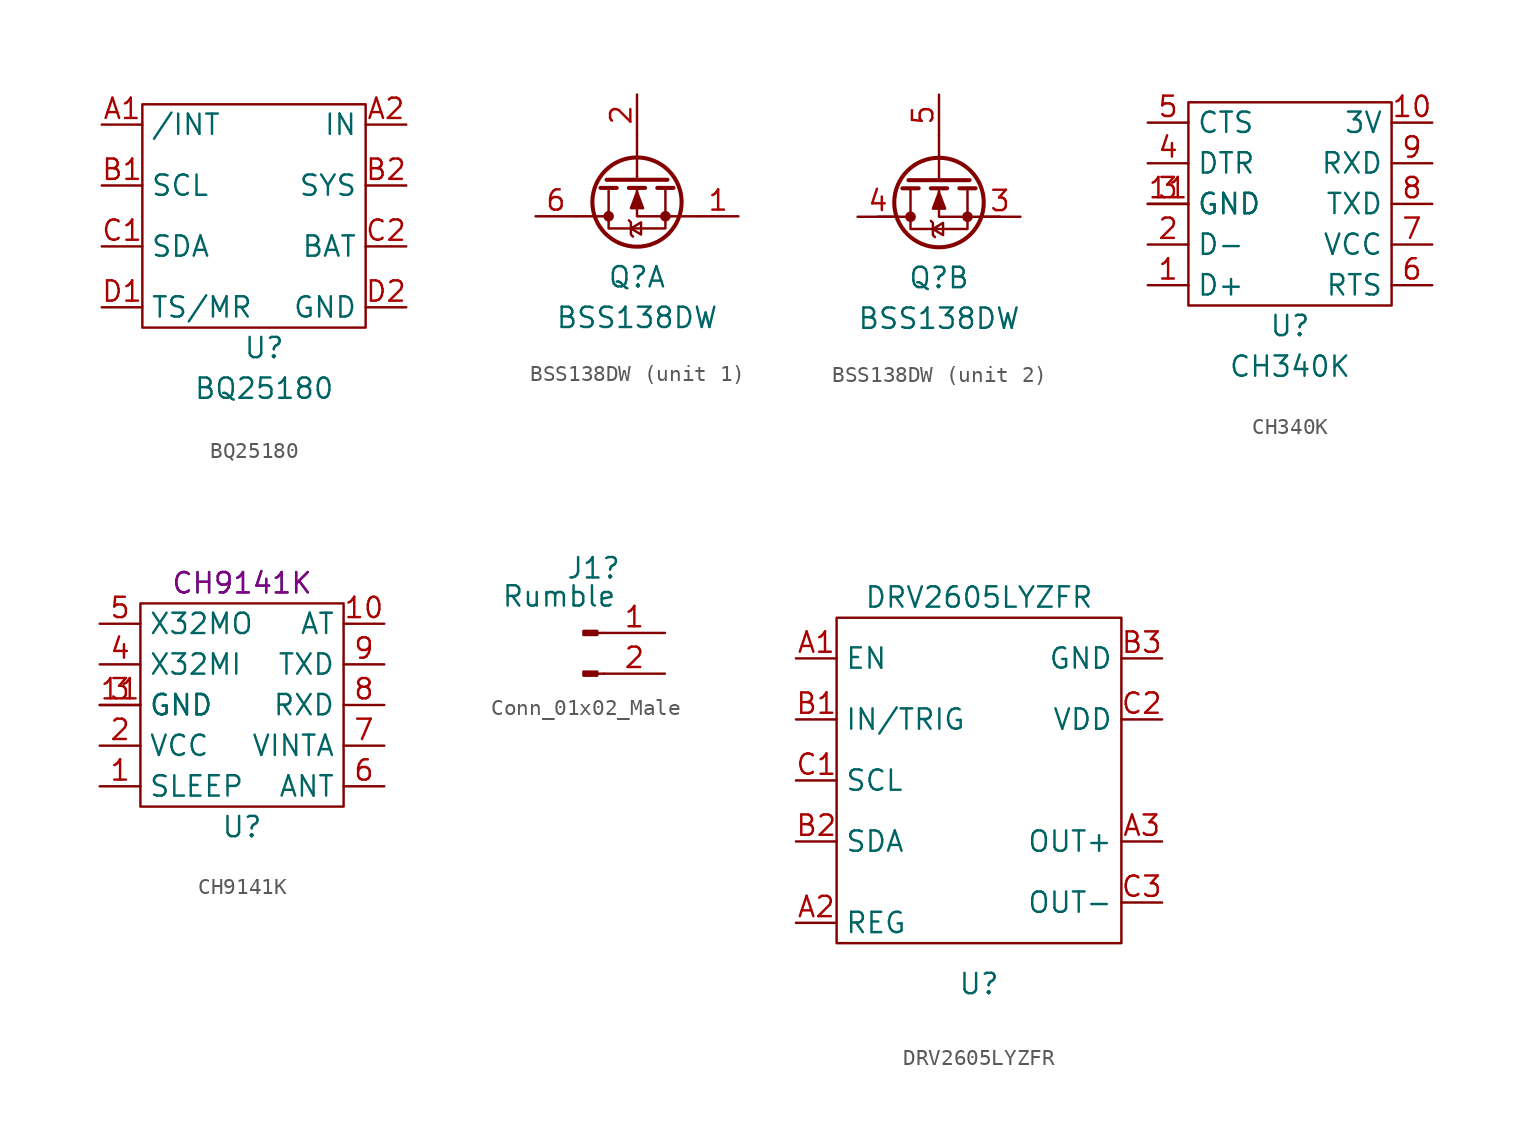
<source format=kicad_sym>
(kicad_symbol_lib
  (version 20241209)
  (generator "kicad_symbol_editor")
  (generator_version "9.0")
  (symbol "BQ25180"
    (property "Reference" "U"
      (at 0 -8.89 0)
      (effects (font (size 1.27 1.27))))
    (property "Value" "BQ25180"
      (at 0 -11.43 0)
      (effects (font (size 1.27 1.27))))
    (symbol "BQ25180_0_1"
      (rectangle (start -7.62 6.35) (end 6.35 -7.62) (stroke (width 0) (type default)) (fill (type none))))
    (symbol "BQ25180_1_1"
      (pin input line (at -10.16 5.08 0) (length 2.54) (name "/INT" (effects (font (size 1.27 1.27)))) (number "A1" (effects (font (size 1.27 1.27)))))
      (pin input line (at -10.16 1.27 0) (length 2.54) (name "SCL" (effects (font (size 1.27 1.27)))) (number "B1" (effects (font (size 1.27 1.27)))))
      (pin input line (at -10.16 -2.54 0) (length 2.54) (name "SDA" (effects (font (size 1.27 1.27)))) (number "C1" (effects (font (size 1.27 1.27)))))
      (pin input line (at -10.16 -6.35 0) (length 2.54) (name "TS/MR" (effects (font (size 1.27 1.27)))) (number "D1" (effects (font (size 1.27 1.27)))))
      (pin input line (at 8.89 5.08 180) (length 2.54) (name "IN" (effects (font (size 1.27 1.27)))) (number "A2" (effects (font (size 1.27 1.27)))))
      (pin input line (at 8.89 1.27 180) (length 2.54) (name "SYS" (effects (font (size 1.27 1.27)))) (number "B2" (effects (font (size 1.27 1.27)))))
      (pin input line (at 8.89 -2.54 180) (length 2.54) (name "BAT" (effects (font (size 1.27 1.27)))) (number "C2" (effects (font (size 1.27 1.27)))))
      (pin input line (at 8.89 -6.35 180) (length 2.54) (name "GND" (effects (font (size 1.27 1.27)))) (number "D2" (effects (font (size 1.27 1.27)))))))
  (symbol "BSS138DW"
    (pin_names
      (hide yes))
    (property "Reference" "Q"
      (at 0 -3.81 0)
      (effects (font (size 1.27 1.27))))
    (property "Value" "BSS138DW"
      (at 0 -6.35 0)
      (effects (font (size 1.27 1.27))))
    (symbol "BSS138DW_0_1"
      (polyline (pts (xy -3.81 0) (xy -1.778 0)) (stroke (width 0) (type default)) (fill (type none)))
      (polyline (pts (xy -2.286 1.778) (xy -1.27 1.778)) (stroke (width 0.254) (type default)) (fill (type none)))
      (polyline (pts (xy -1.905 2.286) (xy 1.905 2.286)) (stroke (width 0.254) (type default)) (fill (type none)))
      (circle (center -1.778 0) (radius 0.254) (stroke (width 0) (type default)) (fill (type outline)))
      (polyline (pts (xy -0.508 1.778) (xy 0.508 1.778)) (stroke (width 0.254) (type default)) (fill (type none)))
      (polyline (pts (xy -0.508 -0.254) (xy -0.381 -0.381) (xy -0.381 -1.143) (xy -0.254 -1.27)) (stroke (width 0) (type default)) (fill (type none)))
      (polyline (pts (xy -0.381 -0.762) (xy 0.254 -0.381) (xy 0.254 -1.143) (xy -0.381 -0.762)) (stroke (width 0) (type default)) (fill (type none)))
      (polyline (pts (xy 0 2.286) (xy 0 5.08)) (stroke (width 0) (type default)) (fill (type none)))
      (polyline (pts (xy 0 1.524) (xy -0.381 0.508) (xy 0.381 0.508) (xy 0 1.524)) (stroke (width 0) (type default)) (fill (type outline)))
      (circle (center 0 0.889) (radius 2.794) (stroke (width 0.254) (type default)) (fill (type none)))
      (polyline (pts (xy 1.27 1.778) (xy 2.286 1.778)) (stroke (width 0.254) (type default)) (fill (type none)))
      (polyline (pts (xy 1.778 1.778) (xy 1.778 -0.762) (xy -1.778 -0.762) (xy -1.778 1.778)) (stroke (width 0) (type default)) (fill (type none)))
      (circle (center 1.778 0) (radius 0.254) (stroke (width 0) (type default)) (fill (type outline)))
      (polyline (pts (xy 3.81 0) (xy 0 0) (xy 0 1.778)) (stroke (width 0) (type default)) (fill (type none))))
    (symbol "BSS138DW_1_1"
      (pin passive line (at -6.35 0 0) (length 2.54) (name "D1" (effects (font (size 1.27 1.27)))) (number "6" (effects (font (size 1.27 1.27)))))
      (pin input line (at 0 7.62 270) (length 2.54) (name "G1" (effects (font (size 1.27 1.27)))) (number "2" (effects (font (size 1.27 1.27)))))
      (pin passive line (at 6.35 0 180) (length 2.54) (name "S1" (effects (font (size 1.27 1.27)))) (number "1" (effects (font (size 1.27 1.27))))))
    (symbol "BSS138DW_2_1"
      (pin passive line (at -5.08 0 0) (length 2.54) (name "S2" (effects (font (size 1.27 1.27)))) (number "4" (effects (font (size 1.27 1.27)))))
      (pin input line (at 0 7.62 270) (length 2.54) (name "G2" (effects (font (size 1.27 1.27)))) (number "5" (effects (font (size 1.27 1.27)))))
      (pin passive line (at 5.08 0 180) (length 2.54) (name "D2" (effects (font (size 1.27 1.27)))) (number "3" (effects (font (size 1.27 1.27)))))))
  (symbol "CH340K"
    (property "Reference" "U"
      (at 0 -7.62 0)
      (effects (font (size 1.27 1.27))))
    (property "Value" "CH340K"
      (at 0 -10.16 0)
      (effects (font (size 1.27 1.27))))
    (symbol "CH340K_0_0"
      (pin bidirectional line (at -8.89 5.08 0) (length 2.54) (name "CTS" (effects (font (size 1.27 1.27)))) (number "5" (effects (font (size 1.27 1.27)))))
      (pin bidirectional line (at -8.89 2.54 0) (length 2.54) (name "DTR" (effects (font (size 1.27 1.27)))) (number "4" (effects (font (size 1.27 1.27)))))
      (pin power_in line (at -8.89 0 0) (length 2.54) (name "GND" (effects (font (size 1.27 1.27)))) (number "11" (effects (font (size 1.27 1.27)))))
      (pin power_in line (at -8.89 0 0) (length 2.54) (name "GND" (effects (font (size 1.27 1.27)))) (number "3" (effects (font (size 1.27 1.27)))))
      (pin bidirectional line (at -8.89 -2.54 0) (length 2.54) (name "D-" (effects (font (size 1.27 1.27)))) (number "2" (effects (font (size 1.27 1.27)))))
      (pin bidirectional line (at -8.89 -5.08 0) (length 2.54) (name "D+" (effects (font (size 1.27 1.27)))) (number "1" (effects (font (size 1.27 1.27)))))
      (pin power_in line (at 8.89 5.08 180) (length 2.54) (name "3V" (effects (font (size 1.27 1.27)))) (number "10" (effects (font (size 1.27 1.27)))))
      (pin input line (at 8.89 2.54 180) (length 2.54) (name "RXD" (effects (font (size 1.27 1.27)))) (number "9" (effects (font (size 1.27 1.27)))))
      (pin output line (at 8.89 0 180) (length 2.54) (name "TXD" (effects (font (size 1.27 1.27)))) (number "8" (effects (font (size 1.27 1.27)))))
      (pin power_in line (at 8.89 -2.54 180) (length 2.54) (name "VCC" (effects (font (size 1.27 1.27)))) (number "7" (effects (font (size 1.27 1.27)))))
      (pin bidirectional line (at 8.89 -5.08 180) (length 2.54) (name "RTS" (effects (font (size 1.27 1.27)))) (number "6" (effects (font (size 1.27 1.27))))))
    (symbol "CH340K_0_1"
      (rectangle (start -6.35 6.35) (end 6.35 -6.35) (stroke (width 0) (type default)) (fill (type none)))))
  (symbol "CH9141K"
    (property "Reference" "U"
      (at 0 -7.62 0)
      (effects (font (size 1.27 1.27))))
    (property "Value" "CH9141K"
      (at 0 7.62 0)
      (effects (font (size 1.27 1.27))))
    (property "MPN" "CH9141K"
      (at 0 7.62 0)
      (effects (font (size 1.27 1.27))))
    (symbol "CH9141K_0_0"
      (pin power_in line (at -8.89 0 0) (length 2.54) (name "GND" (effects (font (size 1.27 1.27)))) (number "11" (effects (font (size 1.27 1.27)))))
      (pin power_in line (at -8.89 0 0) (length 2.54) (name "GND" (effects (font (size 1.27 1.27)))) (number "3" (effects (font (size 1.27 1.27))))))
    (symbol "CH9141K_0_1"
      (rectangle (start -6.35 6.35) (end 6.35 -6.35) (stroke (width 0) (type default)) (fill (type none))))
    (symbol "CH9141K_1_0"
      (pin bidirectional line (at -8.89 5.08 0) (length 2.54) (name "X32MO" (effects (font (size 1.27 1.27)))) (number "5" (effects (font (size 1.27 1.27)))))
      (pin bidirectional line (at -8.89 2.54 0) (length 2.54) (name "X32MI" (effects (font (size 1.27 1.27)))) (number "4" (effects (font (size 1.27 1.27)))))
      (pin bidirectional line (at -8.89 -2.54 0) (length 2.54) (name "VCC" (effects (font (size 1.27 1.27)))) (number "2" (effects (font (size 1.27 1.27)))))
      (pin bidirectional line (at -8.89 -5.08 0) (length 2.54) (name "SLEEP" (effects (font (size 1.27 1.27)))) (number "1" (effects (font (size 1.27 1.27)))))
      (pin power_in line (at 8.89 5.08 180) (length 2.54) (name "AT" (effects (font (size 1.27 1.27)))) (number "10" (effects (font (size 1.27 1.27)))))
      (pin input line (at 8.89 2.54 180) (length 2.54) (name "TXD" (effects (font (size 1.27 1.27)))) (number "9" (effects (font (size 1.27 1.27)))))
      (pin output line (at 8.89 0 180) (length 2.54) (name "RXD" (effects (font (size 1.27 1.27)))) (number "8" (effects (font (size 1.27 1.27)))))
      (pin power_in line (at 8.89 -2.54 180) (length 2.54) (name "VINTA" (effects (font (size 1.27 1.27)))) (number "7" (effects (font (size 1.27 1.27)))))
      (pin bidirectional line (at 8.89 -5.08 180) (length 2.54) (name "ANT" (effects (font (size 1.27 1.27)))) (number "6" (effects (font (size 1.27 1.27)))))))
  (symbol "Conn_01x02_Male"
    (pin_names
      (offset 1.016)
      (hide yes))
    (property "Reference" "J1"
      (at 0.635 4.043 0)
      (effects (font (size 1.27 1.27))))
    (property "Value" "Rumble"
      (at -1.524 2.286 0)
      (effects (font (size 1.27 1.27))))
    (symbol "Conn_01x02_Male_1_1"
      (rectangle (start 0.864 0.127) (end 0 -0.127) (stroke (width 0.152) (type default)) (fill (type outline)))
      (rectangle (start 0.864 -2.413) (end 0 -2.667) (stroke (width 0.152) (type default)) (fill (type outline)))
      (polyline (pts (xy 1.27 0) (xy 0.864 0)) (stroke (width 0.152) (type default)) (fill (type none)))
      (polyline (pts (xy 1.27 -2.54) (xy 0.864 -2.54)) (stroke (width 0.152) (type default)) (fill (type none)))
      (pin passive line (at 5.08 0 180) (length 3.81) (name "Pin_1" (effects (font (size 1.27 1.27)))) (number "1" (effects (font (size 1.27 1.27)))))
      (pin passive line (at 5.08 -2.54 180) (length 3.81) (name "Pin_2" (effects (font (size 1.27 1.27)))) (number "2" (effects (font (size 1.27 1.27)))))))
  (symbol "DRV2605LYZFR"
    (property "Reference" "U"
      (at 0 -12.7 0)
      (effects (font (size 1.27 1.27))))
    (property "Value" "DRV2605LYZFR"
      (at 0 11.43 0)
      (effects (font (size 1.27 1.27))))
    (symbol "DRV2605LYZFR_0_1"
      (rectangle (start -8.89 10.16) (end 8.89 -10.16) (stroke (width 0) (type default)) (fill (type none))))
    (symbol "DRV2605LYZFR_1_1"
      (pin input line (at -11.43 7.62 0) (length 2.54) (name "EN" (effects (font (size 1.27 1.27)))) (number "A1" (effects (font (size 1.27 1.27)))))
      (pin input line (at -11.43 3.81 0) (length 2.54) (name "IN/TRIG" (effects (font (size 1.27 1.27)))) (number "B1" (effects (font (size 1.27 1.27)))))
      (pin input line (at -11.43 0 0) (length 2.54) (name "SCL" (effects (font (size 1.27 1.27)))) (number "C1" (effects (font (size 1.27 1.27)))))
      (pin input line (at -11.43 -3.81 0) (length 2.54) (name "SDA" (effects (font (size 1.27 1.27)))) (number "B2" (effects (font (size 1.27 1.27)))))
      (pin input line (at -11.43 -8.89 0) (length 2.54) (name "REG" (effects (font (size 1.27 1.27)))) (number "A2" (effects (font (size 1.27 1.27)))))
      (pin input line (at 11.43 7.62 180) (length 2.54) (name "GND" (effects (font (size 1.27 1.27)))) (number "B3" (effects (font (size 1.27 1.27)))))
      (pin input line (at 11.43 3.81 180) (length 2.54) (name "VDD" (effects (font (size 1.27 1.27)))) (number "C2" (effects (font (size 1.27 1.27)))))
      (pin input line (at 11.43 -3.81 180) (length 2.54) (name "OUT+" (effects (font (size 1.27 1.27)))) (number "A3" (effects (font (size 1.27 1.27)))))
      (pin input line (at 11.43 -7.62 180) (length 2.54) (name "OUT-" (effects (font (size 1.27 1.27)))) (number "C3" (effects (font (size 1.27 1.27))))))))
</source>
